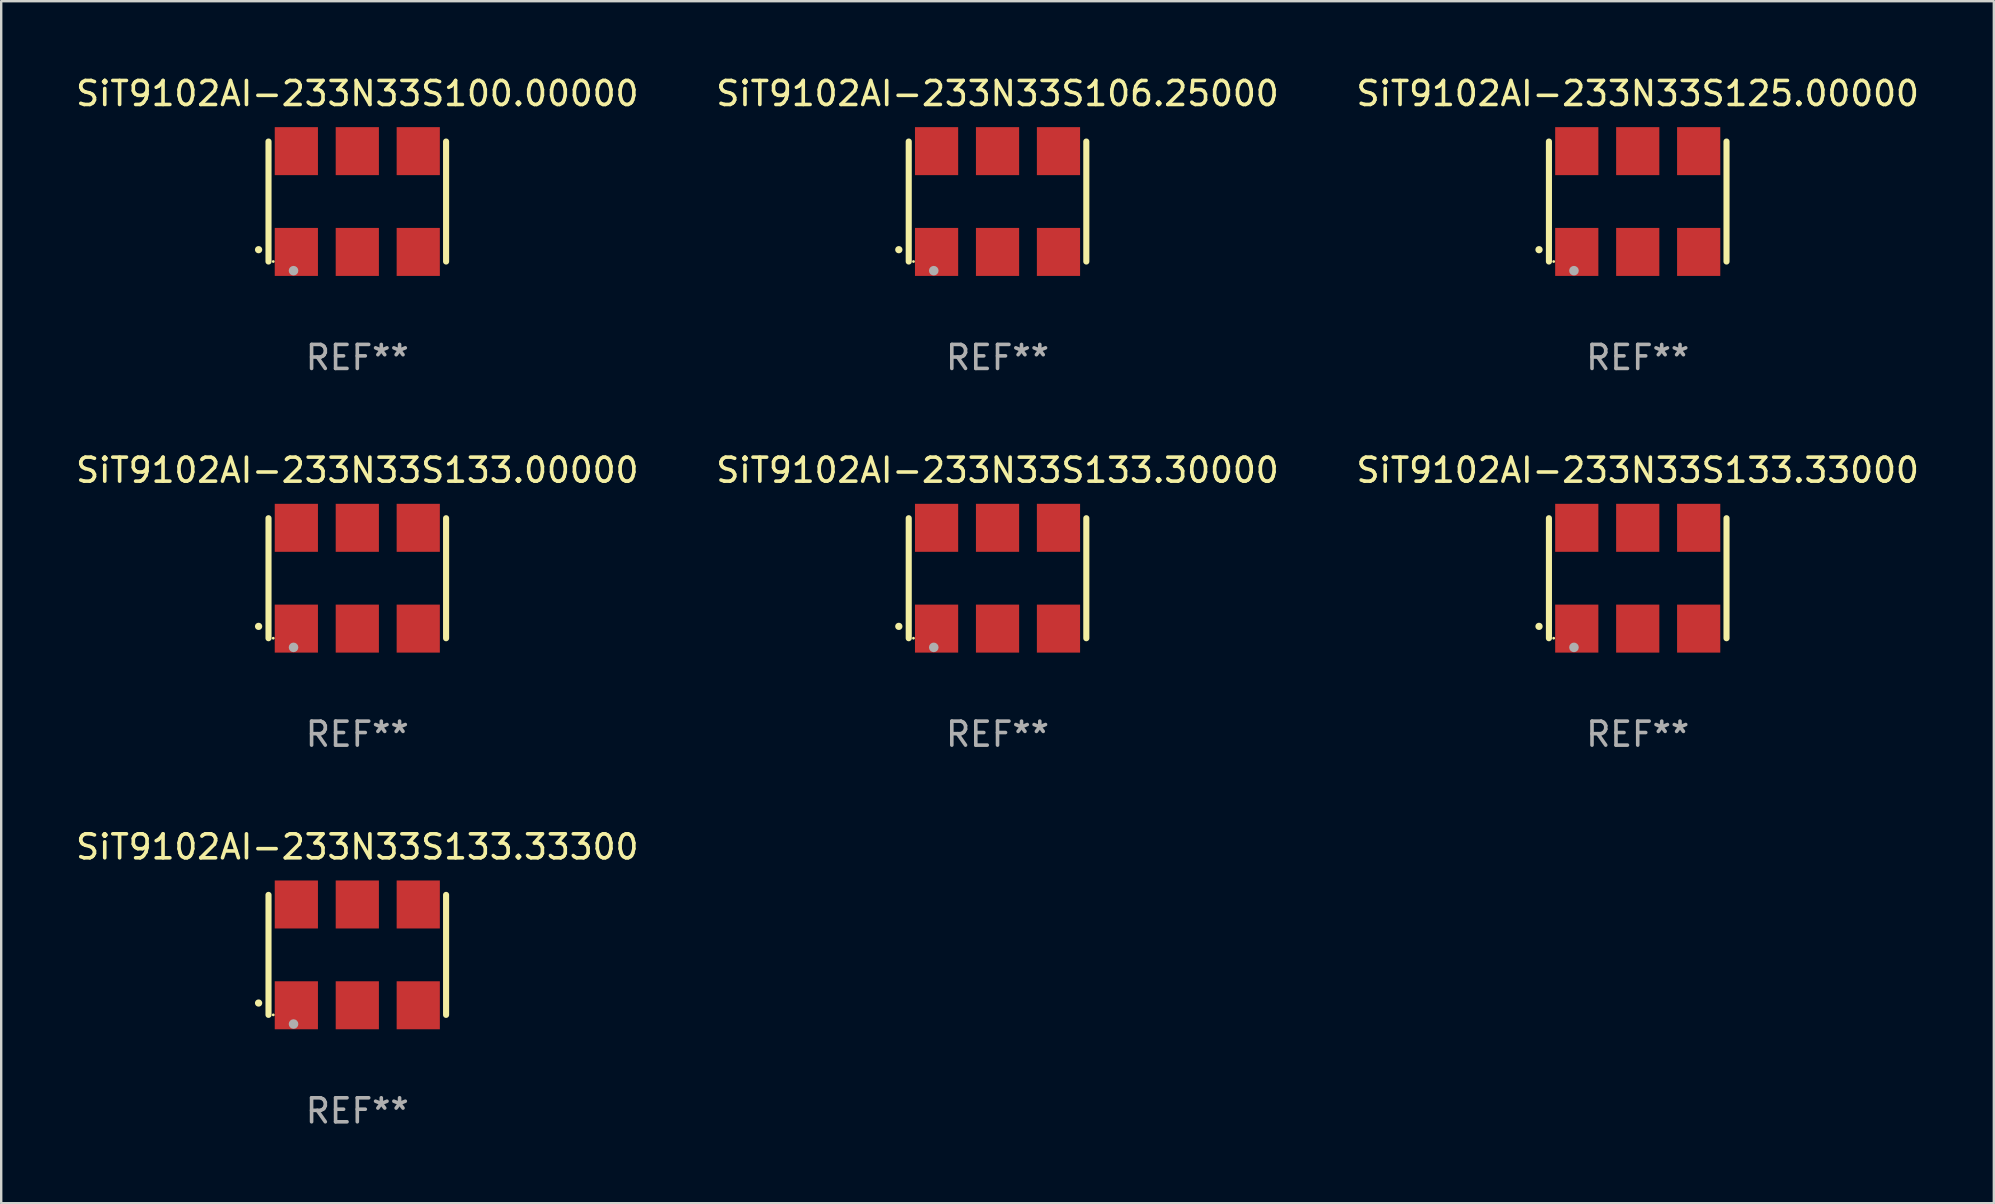
<source format=kicad_pcb>
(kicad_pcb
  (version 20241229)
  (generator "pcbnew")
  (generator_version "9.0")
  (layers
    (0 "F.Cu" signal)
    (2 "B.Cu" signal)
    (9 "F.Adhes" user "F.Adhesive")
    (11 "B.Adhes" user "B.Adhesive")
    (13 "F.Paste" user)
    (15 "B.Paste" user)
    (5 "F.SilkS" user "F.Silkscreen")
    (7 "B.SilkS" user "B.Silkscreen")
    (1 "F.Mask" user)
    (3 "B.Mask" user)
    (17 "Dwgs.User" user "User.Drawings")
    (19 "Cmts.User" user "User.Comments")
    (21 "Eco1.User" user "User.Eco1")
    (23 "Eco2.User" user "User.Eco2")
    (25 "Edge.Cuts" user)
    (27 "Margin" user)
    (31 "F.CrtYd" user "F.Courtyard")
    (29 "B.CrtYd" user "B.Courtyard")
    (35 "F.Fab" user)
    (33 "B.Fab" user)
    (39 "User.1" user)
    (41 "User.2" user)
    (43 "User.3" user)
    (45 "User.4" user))
  (footprint "SiT9102AI-233N33S125.00000"
    (layer "F.Cu")
    (at 65.196 5.348)
    (property "Reference" "SiT9102AI-233N33S125.00000" (at 0 -4.5 0) (layer "F.SilkS") (effects (font (size 1 1) (thickness 0.15))))
    (attr through_hole)
    (fp_line (start -3.7 -2.5) (end -3.7 2.5) (stroke (width 0.254) (type solid)) (layer "F.SilkS"))
    (fp_line (start 3.7 -2.5) (end 3.7 2.5) (stroke (width 0.254) (type solid)) (layer "F.SilkS"))
    (fp_arc (start -4.114415 2.006604) (mid -4.113145 2.006599) (end -4.111875 2.006604) (stroke (width 0.3) (type solid)) (layer "F.SilkS"))
    (fp_circle (center -3.502 2.5) (end -3.472 2.5) (stroke (width 0.06) (type solid)) (fill no) (layer "F.SilkS"))
    (fp_circle (center -2.657 2.882) (end -2.557 2.882) (stroke (width 0.2) (type solid)) (fill no) (layer "F.Fab"))
    (fp_text user "REF**" (at 0 6.5 0) (layer "F.Fab") (effects (font (size 1 1) (thickness 0.15))))
    (pad "1" smd rect (at -2.54 2.1) (size 1.8 2) (layers "F.Cu" "F.Mask" "F.Paste"))
    (pad "2" smd rect (at 0.000394 2.1) (size 1.8 2) (layers "F.Cu" "F.Mask" "F.Paste"))
    (pad "3" smd rect (at 2.54 2.1) (size 1.8 2) (layers "F.Cu" "F.Mask" "F.Paste"))
    (pad "4" smd rect (at 2.54 -2.1) (size 1.8 2) (layers "F.Cu" "F.Mask" "F.Paste"))
    (pad "5" smd rect (at 0.000394 -2.1) (size 1.8 2) (layers "F.Cu" "F.Mask" "F.Paste"))
    (pad "6" smd rect (at -2.54 -2.1) (size 1.8 2) (layers "F.Cu" "F.Mask" "F.Paste")))
  (footprint "SiT9102AI-233N33S106.25000"
    (layer "F.Cu")
    (at 38.518 5.348)
    (property "Reference" "SiT9102AI-233N33S106.25000" (at 0 -4.5 0) (layer "F.SilkS") (effects (font (size 1 1) (thickness 0.15))))
    (attr through_hole)
    (fp_line (start -3.7 -2.5) (end -3.7 2.5) (stroke (width 0.254) (type solid)) (layer "F.SilkS"))
    (fp_line (start 3.7 -2.5) (end 3.7 2.5) (stroke (width 0.254) (type solid)) (layer "F.SilkS"))
    (fp_arc (start -4.114415 2.006604) (mid -4.113145 2.006599) (end -4.111875 2.006604) (stroke (width 0.3) (type solid)) (layer "F.SilkS"))
    (fp_circle (center -3.502 2.5) (end -3.472 2.5) (stroke (width 0.06) (type solid)) (fill no) (layer "F.SilkS"))
    (fp_circle (center -2.657 2.882) (end -2.557 2.882) (stroke (width 0.2) (type solid)) (fill no) (layer "F.Fab"))
    (fp_text user "REF**" (at 0 6.5 0) (layer "F.Fab") (effects (font (size 1 1) (thickness 0.15))))
    (pad "1" smd rect (at -2.54 2.1) (size 1.8 2) (layers "F.Cu" "F.Mask" "F.Paste"))
    (pad "2" smd rect (at 0.000394 2.1) (size 1.8 2) (layers "F.Cu" "F.Mask" "F.Paste"))
    (pad "3" smd rect (at 2.54 2.1) (size 1.8 2) (layers "F.Cu" "F.Mask" "F.Paste"))
    (pad "4" smd rect (at 2.54 -2.1) (size 1.8 2) (layers "F.Cu" "F.Mask" "F.Paste"))
    (pad "5" smd rect (at 0.000394 -2.1) (size 1.8 2) (layers "F.Cu" "F.Mask" "F.Paste"))
    (pad "6" smd rect (at -2.54 -2.1) (size 1.8 2) (layers "F.Cu" "F.Mask" "F.Paste")))
  (footprint "SiT9102AI-233N33S133.33000"
    (layer "F.Cu")
    (at 65.196 21.045)
    (property "Reference" "SiT9102AI-233N33S133.33000" (at 0 -4.5 0) (layer "F.SilkS") (effects (font (size 1 1) (thickness 0.15))))
    (attr through_hole)
    (fp_line (start -3.7 -2.5) (end -3.7 2.5) (stroke (width 0.254) (type solid)) (layer "F.SilkS"))
    (fp_line (start 3.7 -2.5) (end 3.7 2.5) (stroke (width 0.254) (type solid)) (layer "F.SilkS"))
    (fp_arc (start -4.114415 2.006604) (mid -4.113145 2.006599) (end -4.111875 2.006604) (stroke (width 0.3) (type solid)) (layer "F.SilkS"))
    (fp_circle (center -3.502 2.5) (end -3.472 2.5) (stroke (width 0.06) (type solid)) (fill no) (layer "F.SilkS"))
    (fp_circle (center -2.657 2.882) (end -2.557 2.882) (stroke (width 0.2) (type solid)) (fill no) (layer "F.Fab"))
    (fp_text user "REF**" (at 0 6.5 0) (layer "F.Fab") (effects (font (size 1 1) (thickness 0.15))))
    (pad "1" smd rect (at -2.54 2.1) (size 1.8 2) (layers "F.Cu" "F.Mask" "F.Paste"))
    (pad "2" smd rect (at 0.000394 2.1) (size 1.8 2) (layers "F.Cu" "F.Mask" "F.Paste"))
    (pad "3" smd rect (at 2.54 2.1) (size 1.8 2) (layers "F.Cu" "F.Mask" "F.Paste"))
    (pad "4" smd rect (at 2.54 -2.1) (size 1.8 2) (layers "F.Cu" "F.Mask" "F.Paste"))
    (pad "5" smd rect (at 0.000394 -2.1) (size 1.8 2) (layers "F.Cu" "F.Mask" "F.Paste"))
    (pad "6" smd rect (at -2.54 -2.1) (size 1.8 2) (layers "F.Cu" "F.Mask" "F.Paste")))
  (footprint "SiT9102AI-233N33S133.30000"
    (layer "F.Cu")
    (at 38.518 21.045)
    (property "Reference" "SiT9102AI-233N33S133.30000" (at 0 -4.5 0) (layer "F.SilkS") (effects (font (size 1 1) (thickness 0.15))))
    (attr through_hole)
    (fp_line (start -3.7 -2.5) (end -3.7 2.5) (stroke (width 0.254) (type solid)) (layer "F.SilkS"))
    (fp_line (start 3.7 -2.5) (end 3.7 2.5) (stroke (width 0.254) (type solid)) (layer "F.SilkS"))
    (fp_arc (start -4.114415 2.006604) (mid -4.113145 2.006599) (end -4.111875 2.006604) (stroke (width 0.3) (type solid)) (layer "F.SilkS"))
    (fp_circle (center -3.502 2.5) (end -3.472 2.5) (stroke (width 0.06) (type solid)) (fill no) (layer "F.SilkS"))
    (fp_circle (center -2.657 2.882) (end -2.557 2.882) (stroke (width 0.2) (type solid)) (fill no) (layer "F.Fab"))
    (fp_text user "REF**" (at 0 6.5 0) (layer "F.Fab") (effects (font (size 1 1) (thickness 0.15))))
    (pad "1" smd rect (at -2.54 2.1) (size 1.8 2) (layers "F.Cu" "F.Mask" "F.Paste"))
    (pad "2" smd rect (at 0.000394 2.1) (size 1.8 2) (layers "F.Cu" "F.Mask" "F.Paste"))
    (pad "3" smd rect (at 2.54 2.1) (size 1.8 2) (layers "F.Cu" "F.Mask" "F.Paste"))
    (pad "4" smd rect (at 2.54 -2.1) (size 1.8 2) (layers "F.Cu" "F.Mask" "F.Paste"))
    (pad "5" smd rect (at 0.000394 -2.1) (size 1.8 2) (layers "F.Cu" "F.Mask" "F.Paste"))
    (pad "6" smd rect (at -2.54 -2.1) (size 1.8 2) (layers "F.Cu" "F.Mask" "F.Paste")))
  (footprint "SiT9102AI-233N33S100.00000"
    (layer "F.Cu")
    (at 11.839 5.348)
    (property "Reference" "SiT9102AI-233N33S100.00000" (at 0 -4.5 0) (layer "F.SilkS") (effects (font (size 1 1) (thickness 0.15))))
    (attr through_hole)
    (fp_line (start -3.7 -2.5) (end -3.7 2.5) (stroke (width 0.254) (type solid)) (layer "F.SilkS"))
    (fp_line (start 3.7 -2.5) (end 3.7 2.5) (stroke (width 0.254) (type solid)) (layer "F.SilkS"))
    (fp_arc (start -4.114415 2.006604) (mid -4.113145 2.006599) (end -4.111875 2.006604) (stroke (width 0.3) (type solid)) (layer "F.SilkS"))
    (fp_circle (center -3.502 2.5) (end -3.472 2.5) (stroke (width 0.06) (type solid)) (fill no) (layer "F.SilkS"))
    (fp_circle (center -2.657 2.882) (end -2.557 2.882) (stroke (width 0.2) (type solid)) (fill no) (layer "F.Fab"))
    (fp_text user "REF**" (at 0 6.5 0) (layer "F.Fab") (effects (font (size 1 1) (thickness 0.15))))
    (pad "1" smd rect (at -2.54 2.1) (size 1.8 2) (layers "F.Cu" "F.Mask" "F.Paste"))
    (pad "2" smd rect (at 0.000394 2.1) (size 1.8 2) (layers "F.Cu" "F.Mask" "F.Paste"))
    (pad "3" smd rect (at 2.54 2.1) (size 1.8 2) (layers "F.Cu" "F.Mask" "F.Paste"))
    (pad "4" smd rect (at 2.54 -2.1) (size 1.8 2) (layers "F.Cu" "F.Mask" "F.Paste"))
    (pad "5" smd rect (at 0.000394 -2.1) (size 1.8 2) (layers "F.Cu" "F.Mask" "F.Paste"))
    (pad "6" smd rect (at -2.54 -2.1) (size 1.8 2) (layers "F.Cu" "F.Mask" "F.Paste")))
  (footprint "SiT9102AI-233N33S133.00000"
    (layer "F.Cu")
    (at 11.839 21.045)
    (property "Reference" "SiT9102AI-233N33S133.00000" (at 0 -4.5 0) (layer "F.SilkS") (effects (font (size 1 1) (thickness 0.15))))
    (attr through_hole)
    (fp_line (start -3.7 -2.5) (end -3.7 2.5) (stroke (width 0.254) (type solid)) (layer "F.SilkS"))
    (fp_line (start 3.7 -2.5) (end 3.7 2.5) (stroke (width 0.254) (type solid)) (layer "F.SilkS"))
    (fp_arc (start -4.114415 2.006604) (mid -4.113145 2.006599) (end -4.111875 2.006604) (stroke (width 0.3) (type solid)) (layer "F.SilkS"))
    (fp_circle (center -3.502 2.5) (end -3.472 2.5) (stroke (width 0.06) (type solid)) (fill no) (layer "F.SilkS"))
    (fp_circle (center -2.657 2.882) (end -2.557 2.882) (stroke (width 0.2) (type solid)) (fill no) (layer "F.Fab"))
    (fp_text user "REF**" (at 0 6.5 0) (layer "F.Fab") (effects (font (size 1 1) (thickness 0.15))))
    (pad "1" smd rect (at -2.54 2.1) (size 1.8 2) (layers "F.Cu" "F.Mask" "F.Paste"))
    (pad "2" smd rect (at 0.000394 2.1) (size 1.8 2) (layers "F.Cu" "F.Mask" "F.Paste"))
    (pad "3" smd rect (at 2.54 2.1) (size 1.8 2) (layers "F.Cu" "F.Mask" "F.Paste"))
    (pad "4" smd rect (at 2.54 -2.1) (size 1.8 2) (layers "F.Cu" "F.Mask" "F.Paste"))
    (pad "5" smd rect (at 0.000394 -2.1) (size 1.8 2) (layers "F.Cu" "F.Mask" "F.Paste"))
    (pad "6" smd rect (at -2.54 -2.1) (size 1.8 2) (layers "F.Cu" "F.Mask" "F.Paste")))
  (footprint "SiT9102AI-233N33S133.33300"
    (layer "F.Cu")
    (at 11.839 36.741)
    (property "Reference" "SiT9102AI-233N33S133.33300" (at 0 -4.5 0) (layer "F.SilkS") (effects (font (size 1 1) (thickness 0.15))))
    (attr through_hole)
    (fp_line (start -3.7 -2.5) (end -3.7 2.5) (stroke (width 0.254) (type solid)) (layer "F.SilkS"))
    (fp_line (start 3.7 -2.5) (end 3.7 2.5) (stroke (width 0.254) (type solid)) (layer "F.SilkS"))
    (fp_arc (start -4.114415 2.006604) (mid -4.113145 2.006599) (end -4.111875 2.006604) (stroke (width 0.3) (type solid)) (layer "F.SilkS"))
    (fp_circle (center -3.502 2.5) (end -3.472 2.5) (stroke (width 0.06) (type solid)) (fill no) (layer "F.SilkS"))
    (fp_circle (center -2.657 2.882) (end -2.557 2.882) (stroke (width 0.2) (type solid)) (fill no) (layer "F.Fab"))
    (fp_text user "REF**" (at 0 6.5 0) (layer "F.Fab") (effects (font (size 1 1) (thickness 0.15))))
    (pad "1" smd rect (at -2.54 2.1) (size 1.8 2) (layers "F.Cu" "F.Mask" "F.Paste"))
    (pad "2" smd rect (at 0.000394 2.1) (size 1.8 2) (layers "F.Cu" "F.Mask" "F.Paste"))
    (pad "3" smd rect (at 2.54 2.1) (size 1.8 2) (layers "F.Cu" "F.Mask" "F.Paste"))
    (pad "4" smd rect (at 2.54 -2.1) (size 1.8 2) (layers "F.Cu" "F.Mask" "F.Paste"))
    (pad "5" smd rect (at 0.000394 -2.1) (size 1.8 2) (layers "F.Cu" "F.Mask" "F.Paste"))
    (pad "6" smd rect (at -2.54 -2.1) (size 1.8 2) (layers "F.Cu" "F.Mask" "F.Paste")))
  (gr_rect
    (start -3 -3)
    (end 80.036 47.09)
    (stroke (width 0.1) (type default))
    (fill no)
    (layer "Edge.Cuts")))
</source>
